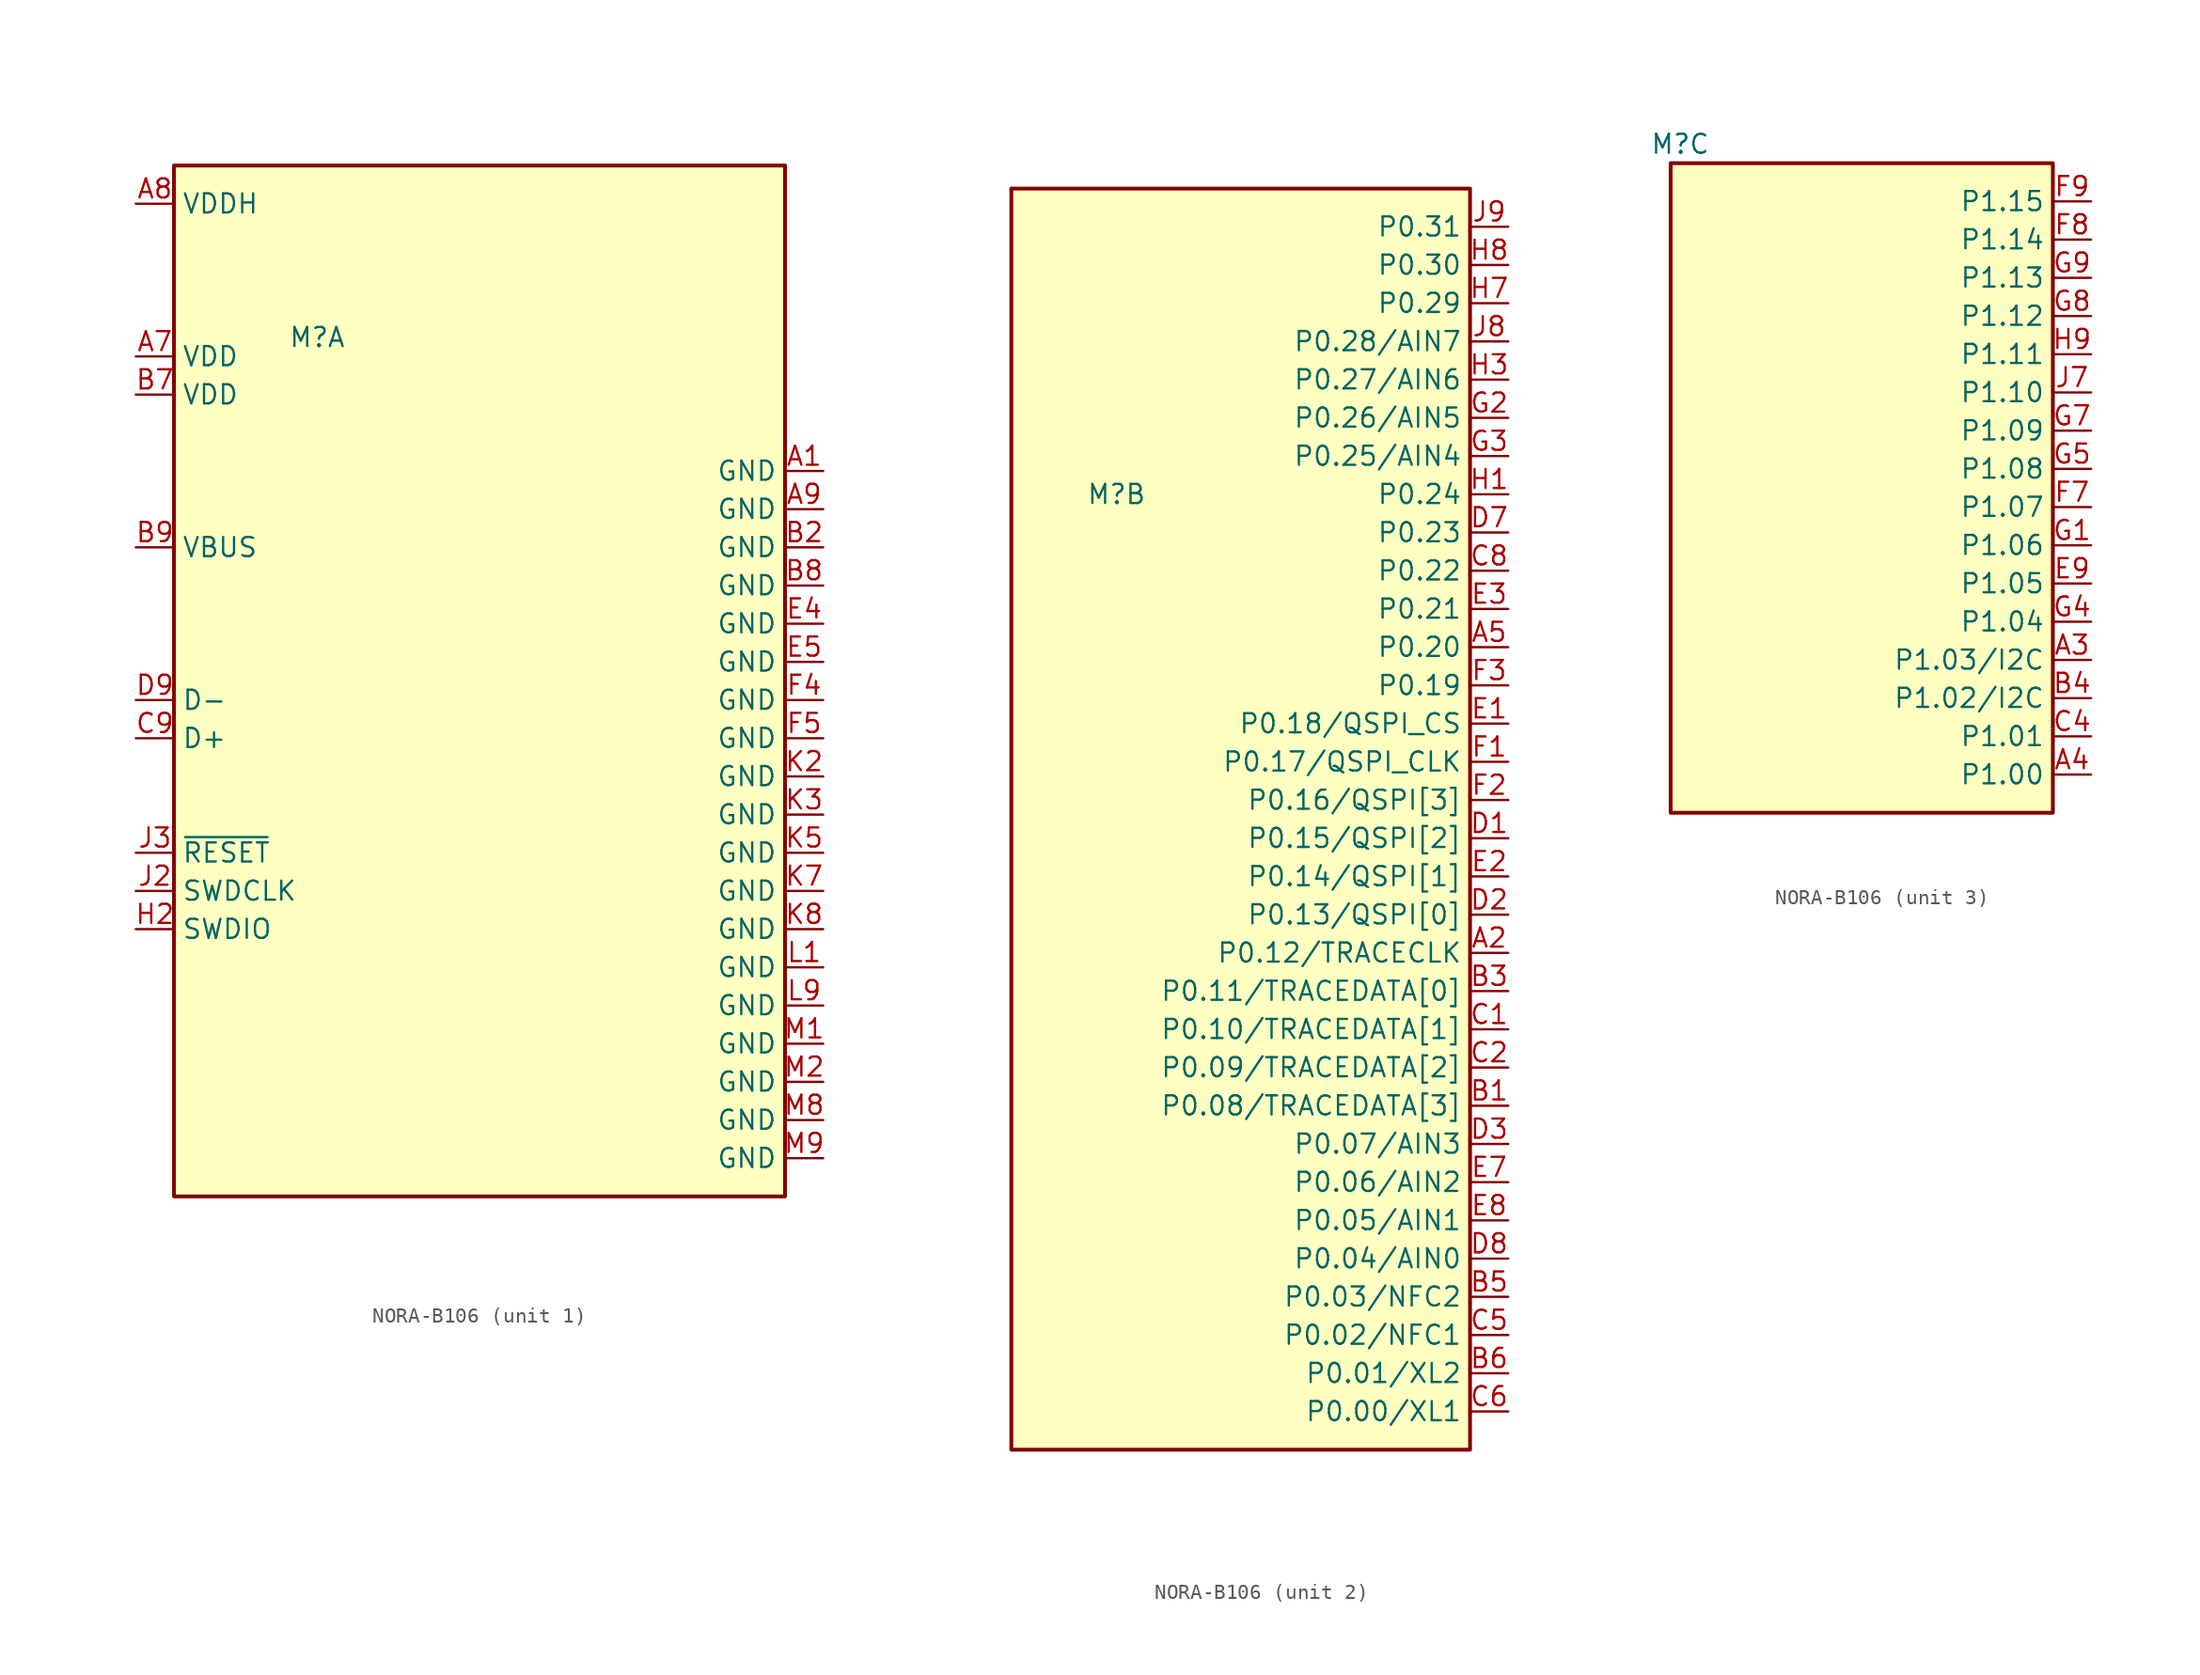
<source format=kicad_sym>
(kicad_symbol_lib
  (version 20220914)
  (generator kicad_symbol_editor)
  (symbol "NORA-B106"
    (property "Reference" "M"
      (at -12.065 22.86 0)
      (effects (font (size 1.27 1.27))))
    (property "Value" ""
      (at 0 0 0)
      (effects (font (size 1.27 1.27))))
    (property "ki_locked" ""
      (at 0 0 0)
      (effects (font (size 1.27 1.27))))
    (symbol "NORA-B106_1_0"
      (rectangle (start -21.59 34.29) (end 19.05 -34.29) (stroke (width 0.254) (type default)) (fill (type background)))
      (pin power_in line (at 21.59 13.97 180) (length 2.54) (name "GND" (effects (font (size 1.27 1.27)))) (number "A1" (effects (font (size 1.27 1.27)))))
      (pin no_connect line (at 21.59 31.75 180) (length 2.54) hide (name "NC" (effects (font (size 1.27 1.27)))) (number "A6" (effects (font (size 1.27 1.27)))))
      (pin power_in line (at -24.13 21.59 0) (length 2.54) (name "VDD" (effects (font (size 1.27 1.27)))) (number "A7" (effects (font (size 1.27 1.27)))))
      (pin power_in line (at -24.13 31.75 0) (length 2.54) (name "VDDH" (effects (font (size 1.27 1.27)))) (number "A8" (effects (font (size 1.27 1.27)))))
      (pin power_in line (at 21.59 11.43 180) (length 2.54) (name "GND" (effects (font (size 1.27 1.27)))) (number "A9" (effects (font (size 1.27 1.27)))))
      (pin power_in line (at 21.59 8.89 180) (length 2.54) (name "GND" (effects (font (size 1.27 1.27)))) (number "B2" (effects (font (size 1.27 1.27)))))
      (pin power_in line (at -24.13 19.05 0) (length 2.54) (name "VDD" (effects (font (size 1.27 1.27)))) (number "B7" (effects (font (size 1.27 1.27)))))
      (pin power_in line (at 21.59 6.35 180) (length 2.54) (name "GND" (effects (font (size 1.27 1.27)))) (number "B8" (effects (font (size 1.27 1.27)))))
      (pin power_in line (at -24.13 8.89 0) (length 2.54) (name "VBUS" (effects (font (size 1.27 1.27)))) (number "B9" (effects (font (size 1.27 1.27)))))
      (pin bidirectional line (at -24.13 -3.81 0) (length 2.54) (name "D+" (effects (font (size 1.27 1.27)))) (number "C9" (effects (font (size 1.27 1.27)))))
      (pin bidirectional line (at -24.13 -1.27 0) (length 2.54) (name "D-" (effects (font (size 1.27 1.27)))) (number "D9" (effects (font (size 1.27 1.27)))))
      (pin power_in line (at 21.59 3.81 180) (length 2.54) (name "GND" (effects (font (size 1.27 1.27)))) (number "E4" (effects (font (size 1.27 1.27)))))
      (pin power_in line (at 21.59 1.27 180) (length 2.54) (name "GND" (effects (font (size 1.27 1.27)))) (number "E5" (effects (font (size 1.27 1.27)))))
      (pin power_in line (at 21.59 -1.27 180) (length 2.54) (name "GND" (effects (font (size 1.27 1.27)))) (number "F4" (effects (font (size 1.27 1.27)))))
      (pin power_in line (at 21.59 -3.81 180) (length 2.54) (name "GND" (effects (font (size 1.27 1.27)))) (number "F5" (effects (font (size 1.27 1.27)))))
      (pin bidirectional line (at -24.13 -16.51 0) (length 2.54) (name "SWDIO" (effects (font (size 1.27 1.27)))) (number "H2" (effects (font (size 1.27 1.27)))))
      (pin no_connect line (at 21.59 29.21 180) (length 2.54) hide (name "NC" (effects (font (size 1.27 1.27)))) (number "J1" (effects (font (size 1.27 1.27)))))
      (pin input line (at -24.13 -13.97 0) (length 2.54) (name "SWDCLK" (effects (font (size 1.27 1.27)))) (number "J2" (effects (font (size 1.27 1.27)))))
      (pin input line (at -24.13 -11.43 0) (length 2.54) (name "~{RESET}" (effects (font (size 1.27 1.27)))) (number "J3" (effects (font (size 1.27 1.27)))))
      (pin no_connect line (at 21.59 26.67 180) (length 2.54) hide (name "NC" (effects (font (size 1.27 1.27)))) (number "J4" (effects (font (size 1.27 1.27)))))
      (pin no_connect line (at 21.59 24.13 180) (length 2.54) hide (name "NC" (effects (font (size 1.27 1.27)))) (number "J5" (effects (font (size 1.27 1.27)))))
      (pin no_connect line (at 21.59 21.59 180) (length 2.54) hide (name "NC" (effects (font (size 1.27 1.27)))) (number "K1" (effects (font (size 1.27 1.27)))))
      (pin power_in line (at 21.59 -6.35 180) (length 2.54) (name "GND" (effects (font (size 1.27 1.27)))) (number "K2" (effects (font (size 1.27 1.27)))))
      (pin power_in line (at 21.59 -8.89 180) (length 2.54) (name "GND" (effects (font (size 1.27 1.27)))) (number "K3" (effects (font (size 1.27 1.27)))))
      (pin power_in line (at 21.59 -11.43 180) (length 2.54) (name "GND" (effects (font (size 1.27 1.27)))) (number "K5" (effects (font (size 1.27 1.27)))))
      (pin power_in line (at 21.59 -13.97 180) (length 2.54) (name "GND" (effects (font (size 1.27 1.27)))) (number "K7" (effects (font (size 1.27 1.27)))))
      (pin power_in line (at 21.59 -16.51 180) (length 2.54) (name "GND" (effects (font (size 1.27 1.27)))) (number "K8" (effects (font (size 1.27 1.27)))))
      (pin no_connect line (at 21.59 19.05 180) (length 2.54) hide (name "NC" (effects (font (size 1.27 1.27)))) (number "K9" (effects (font (size 1.27 1.27)))))
      (pin power_in line (at 21.59 -19.05 180) (length 2.54) (name "GND" (effects (font (size 1.27 1.27)))) (number "L1" (effects (font (size 1.27 1.27)))))
      (pin power_in line (at 21.59 -21.59 180) (length 2.54) (name "GND" (effects (font (size 1.27 1.27)))) (number "L9" (effects (font (size 1.27 1.27)))))
      (pin power_in line (at 21.59 -24.13 180) (length 2.54) (name "GND" (effects (font (size 1.27 1.27)))) (number "M1" (effects (font (size 1.27 1.27)))))
      (pin power_in line (at 21.59 -26.67 180) (length 2.54) (name "GND" (effects (font (size 1.27 1.27)))) (number "M2" (effects (font (size 1.27 1.27)))))
      (pin power_in line (at 21.59 -29.21 180) (length 2.54) (name "GND" (effects (font (size 1.27 1.27)))) (number "M8" (effects (font (size 1.27 1.27)))))
      (pin power_in line (at 21.59 -31.75 180) (length 2.54) (name "GND" (effects (font (size 1.27 1.27)))) (number "M9" (effects (font (size 1.27 1.27))))))
    (symbol "NORA-B106_2_1"
      (rectangle (start -19.05 43.18) (end 11.43 -40.64) (stroke (width 0.254) (type default)) (fill (type background)))
      (pin bidirectional line (at 13.97 -7.62 180) (length 2.54) (name "P0.12/TRACECLK" (effects (font (size 1.27 1.27)))) (number "A2" (effects (font (size 1.27 1.27)))))
      (pin bidirectional line (at 13.97 12.7 180) (length 2.54) (name "P0.20" (effects (font (size 1.27 1.27)))) (number "A5" (effects (font (size 1.27 1.27)))))
      (pin bidirectional line (at 13.97 -17.78 180) (length 2.54) (name "P0.08/TRACEDATA[3]" (effects (font (size 1.27 1.27)))) (number "B1" (effects (font (size 1.27 1.27)))))
      (pin bidirectional line (at 13.97 -10.16 180) (length 2.54) (name "P0.11/TRACEDATA[0]" (effects (font (size 1.27 1.27)))) (number "B3" (effects (font (size 1.27 1.27)))))
      (pin bidirectional line (at 13.97 -30.48 180) (length 2.54) (name "P0.03/NFC2" (effects (font (size 1.27 1.27)))) (number "B5" (effects (font (size 1.27 1.27)))))
      (pin bidirectional line (at 13.97 -35.56 180) (length 2.54) (name "P0.01/XL2" (effects (font (size 1.27 1.27)))) (number "B6" (effects (font (size 1.27 1.27)))))
      (pin bidirectional line (at 13.97 -12.7 180) (length 2.54) (name "P0.10/TRACEDATA[1]" (effects (font (size 1.27 1.27)))) (number "C1" (effects (font (size 1.27 1.27)))))
      (pin bidirectional line (at 13.97 -15.24 180) (length 2.54) (name "P0.09/TRACEDATA[2]" (effects (font (size 1.27 1.27)))) (number "C2" (effects (font (size 1.27 1.27)))))
      (pin bidirectional line (at 13.97 -33.02 180) (length 2.54) (name "P0.02/NFC1" (effects (font (size 1.27 1.27)))) (number "C5" (effects (font (size 1.27 1.27)))))
      (pin bidirectional line (at 13.97 -38.1 180) (length 2.54) (name "P0.00/XL1" (effects (font (size 1.27 1.27)))) (number "C6" (effects (font (size 1.27 1.27)))))
      (pin bidirectional line (at 13.97 17.78 180) (length 2.54) (name "P0.22" (effects (font (size 1.27 1.27)))) (number "C8" (effects (font (size 1.27 1.27)))))
      (pin bidirectional line (at 13.97 0 180) (length 2.54) (name "P0.15/QSPI[2]" (effects (font (size 1.27 1.27)))) (number "D1" (effects (font (size 1.27 1.27)))))
      (pin bidirectional line (at 13.97 -5.08 180) (length 2.54) (name "P0.13/QSPI[0]" (effects (font (size 1.27 1.27)))) (number "D2" (effects (font (size 1.27 1.27)))))
      (pin bidirectional line (at 13.97 -20.32 180) (length 2.54) (name "P0.07/AIN3" (effects (font (size 1.27 1.27)))) (number "D3" (effects (font (size 1.27 1.27)))))
      (pin bidirectional line (at 13.97 20.32 180) (length 2.54) (name "P0.23" (effects (font (size 1.27 1.27)))) (number "D7" (effects (font (size 1.27 1.27)))))
      (pin bidirectional line (at 13.97 -27.94 180) (length 2.54) (name "P0.04/AIN0" (effects (font (size 1.27 1.27)))) (number "D8" (effects (font (size 1.27 1.27)))))
      (pin bidirectional line (at 13.97 7.62 180) (length 2.54) (name "P0.18/QSPI_CS" (effects (font (size 1.27 1.27)))) (number "E1" (effects (font (size 1.27 1.27)))))
      (pin bidirectional line (at 13.97 -2.54 180) (length 2.54) (name "P0.14/QSPI[1]" (effects (font (size 1.27 1.27)))) (number "E2" (effects (font (size 1.27 1.27)))))
      (pin bidirectional line (at 13.97 15.24 180) (length 2.54) (name "P0.21" (effects (font (size 1.27 1.27)))) (number "E3" (effects (font (size 1.27 1.27)))))
      (pin bidirectional line (at 13.97 -22.86 180) (length 2.54) (name "P0.06/AIN2" (effects (font (size 1.27 1.27)))) (number "E7" (effects (font (size 1.27 1.27)))))
      (pin bidirectional line (at 13.97 -25.4 180) (length 2.54) (name "P0.05/AIN1" (effects (font (size 1.27 1.27)))) (number "E8" (effects (font (size 1.27 1.27)))))
      (pin bidirectional line (at 13.97 5.08 180) (length 2.54) (name "P0.17/QSPI_CLK" (effects (font (size 1.27 1.27)))) (number "F1" (effects (font (size 1.27 1.27)))))
      (pin bidirectional line (at 13.97 2.54 180) (length 2.54) (name "P0.16/QSPI[3]" (effects (font (size 1.27 1.27)))) (number "F2" (effects (font (size 1.27 1.27)))))
      (pin bidirectional line (at 13.97 10.16 180) (length 2.54) (name "P0.19" (effects (font (size 1.27 1.27)))) (number "F3" (effects (font (size 1.27 1.27)))))
      (pin bidirectional line (at 13.97 27.94 180) (length 2.54) (name "P0.26/AIN5" (effects (font (size 1.27 1.27)))) (number "G2" (effects (font (size 1.27 1.27)))))
      (pin bidirectional line (at 13.97 25.4 180) (length 2.54) (name "P0.25/AIN4" (effects (font (size 1.27 1.27)))) (number "G3" (effects (font (size 1.27 1.27)))))
      (pin bidirectional line (at 13.97 22.86 180) (length 2.54) (name "P0.24" (effects (font (size 1.27 1.27)))) (number "H1" (effects (font (size 1.27 1.27)))))
      (pin bidirectional line (at 13.97 30.48 180) (length 2.54) (name "P0.27/AIN6" (effects (font (size 1.27 1.27)))) (number "H3" (effects (font (size 1.27 1.27)))))
      (pin bidirectional line (at 13.97 35.56 180) (length 2.54) (name "P0.29" (effects (font (size 1.27 1.27)))) (number "H7" (effects (font (size 1.27 1.27)))))
      (pin bidirectional line (at 13.97 38.1 180) (length 2.54) (name "P0.30" (effects (font (size 1.27 1.27)))) (number "H8" (effects (font (size 1.27 1.27)))))
      (pin bidirectional line (at 13.97 33.02 180) (length 2.54) (name "P0.28/AIN7" (effects (font (size 1.27 1.27)))) (number "J8" (effects (font (size 1.27 1.27)))))
      (pin bidirectional line (at 13.97 40.64 180) (length 2.54) (name "P0.31" (effects (font (size 1.27 1.27)))) (number "J9" (effects (font (size 1.27 1.27))))))
    (symbol "NORA-B106_3_1"
      (rectangle (start -12.7 21.59) (end 12.7 -21.59) (stroke (width 0.254) (type default)) (fill (type background)))
      (pin bidirectional line (at 15.24 -11.43 180) (length 2.54) (name "P1.03/I2C" (effects (font (size 1.27 1.27)))) (number "A3" (effects (font (size 1.27 1.27)))))
      (pin bidirectional line (at 15.24 -19.05 180) (length 2.54) (name "P1.00" (effects (font (size 1.27 1.27)))) (number "A4" (effects (font (size 1.27 1.27)))))
      (pin bidirectional line (at 15.24 -13.97 180) (length 2.54) (name "P1.02/I2C" (effects (font (size 1.27 1.27)))) (number "B4" (effects (font (size 1.27 1.27)))))
      (pin bidirectional line (at 15.24 -16.51 180) (length 2.54) (name "P1.01" (effects (font (size 1.27 1.27)))) (number "C4" (effects (font (size 1.27 1.27)))))
      (pin bidirectional line (at 15.24 -6.35 180) (length 2.54) (name "P1.05" (effects (font (size 1.27 1.27)))) (number "E9" (effects (font (size 1.27 1.27)))))
      (pin bidirectional line (at 15.24 -1.27 180) (length 2.54) (name "P1.07" (effects (font (size 1.27 1.27)))) (number "F7" (effects (font (size 1.27 1.27)))))
      (pin bidirectional line (at 15.24 16.51 180) (length 2.54) (name "P1.14" (effects (font (size 1.27 1.27)))) (number "F8" (effects (font (size 1.27 1.27)))))
      (pin bidirectional line (at 15.24 19.05 180) (length 2.54) (name "P1.15" (effects (font (size 1.27 1.27)))) (number "F9" (effects (font (size 1.27 1.27)))))
      (pin bidirectional line (at 15.24 -3.81 180) (length 2.54) (name "P1.06" (effects (font (size 1.27 1.27)))) (number "G1" (effects (font (size 1.27 1.27)))))
      (pin bidirectional line (at 15.24 -8.89 180) (length 2.54) (name "P1.04" (effects (font (size 1.27 1.27)))) (number "G4" (effects (font (size 1.27 1.27)))))
      (pin bidirectional line (at 15.24 1.27 180) (length 2.54) (name "P1.08" (effects (font (size 1.27 1.27)))) (number "G5" (effects (font (size 1.27 1.27)))))
      (pin bidirectional line (at 15.24 3.81 180) (length 2.54) (name "P1.09" (effects (font (size 1.27 1.27)))) (number "G7" (effects (font (size 1.27 1.27)))))
      (pin bidirectional line (at 15.24 11.43 180) (length 2.54) (name "P1.12" (effects (font (size 1.27 1.27)))) (number "G8" (effects (font (size 1.27 1.27)))))
      (pin bidirectional line (at 15.24 13.97 180) (length 2.54) (name "P1.13" (effects (font (size 1.27 1.27)))) (number "G9" (effects (font (size 1.27 1.27)))))
      (pin bidirectional line (at 15.24 8.89 180) (length 2.54) (name "P1.11" (effects (font (size 1.27 1.27)))) (number "H9" (effects (font (size 1.27 1.27)))))
      (pin bidirectional line (at 15.24 6.35 180) (length 2.54) (name "P1.10" (effects (font (size 1.27 1.27)))) (number "J7" (effects (font (size 1.27 1.27))))))))
</source>
